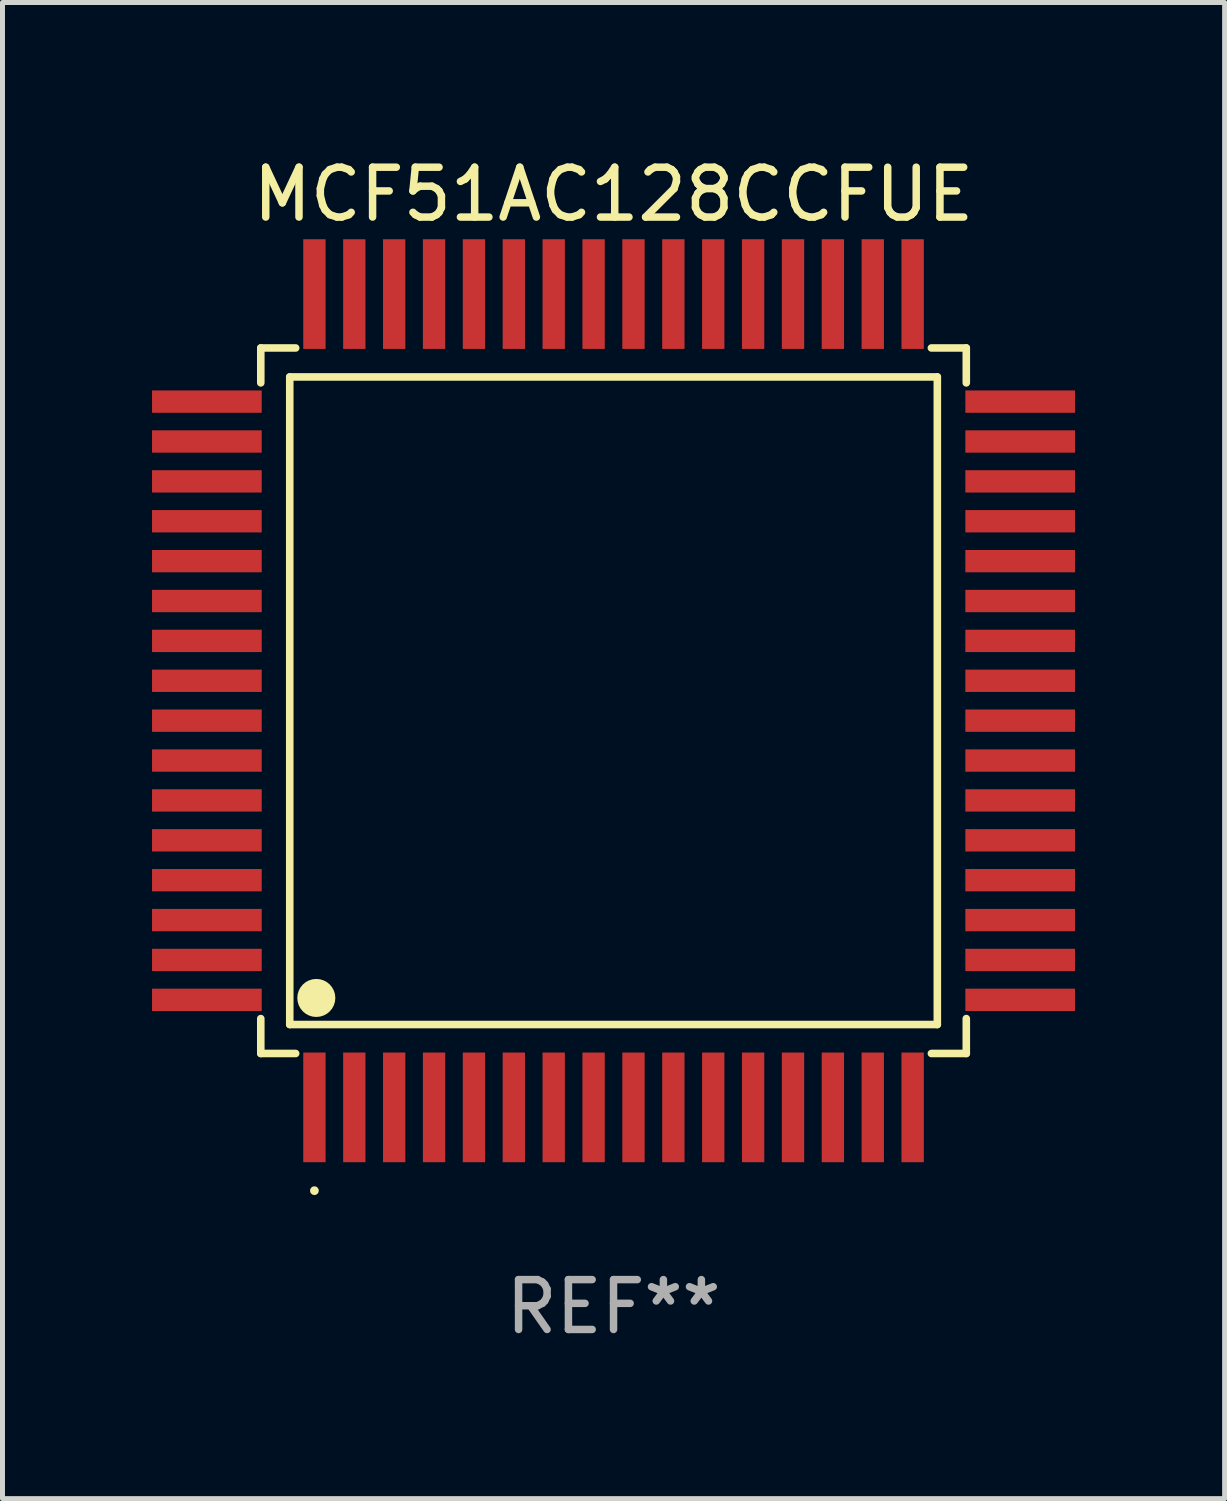
<source format=kicad_pcb>
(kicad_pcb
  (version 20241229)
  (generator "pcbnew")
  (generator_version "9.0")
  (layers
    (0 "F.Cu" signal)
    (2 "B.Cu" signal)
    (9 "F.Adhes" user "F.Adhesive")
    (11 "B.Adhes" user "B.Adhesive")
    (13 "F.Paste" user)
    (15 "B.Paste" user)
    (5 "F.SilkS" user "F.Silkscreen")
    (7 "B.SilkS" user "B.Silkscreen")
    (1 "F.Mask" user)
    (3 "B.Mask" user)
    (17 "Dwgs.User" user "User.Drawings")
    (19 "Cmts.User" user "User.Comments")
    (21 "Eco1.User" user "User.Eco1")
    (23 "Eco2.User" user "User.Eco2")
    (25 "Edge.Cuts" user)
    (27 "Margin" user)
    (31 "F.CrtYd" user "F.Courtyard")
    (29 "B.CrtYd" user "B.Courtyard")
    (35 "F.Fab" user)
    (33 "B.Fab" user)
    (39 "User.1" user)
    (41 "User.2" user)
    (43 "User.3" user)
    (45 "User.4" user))
  (footprint "MCF51AC128CCFUE"
    (layer "F.Cu")
    (at 9.257 11.006)
    (property "Reference" "MCF51AC128CCFUE" (at 0 -10.157 0) (layer "F.SilkS") (effects (font (size 1 1) (thickness 0.15))))
    (attr through_hole)
    (fp_line (start -7.076 -7.076) (end -7.076 -6.376) (stroke (width 0.152) (type solid)) (layer "F.SilkS"))
    (fp_line (start -7.076 7.076) (end -7.076 6.376) (stroke (width 0.152) (type solid)) (layer "F.SilkS"))
    (fp_line (start -6.495 -6.495) (end 6.495 -6.495) (stroke (width 0.152) (type solid)) (layer "F.SilkS"))
    (fp_line (start -6.495 6.495) (end -6.495 -6.495) (stroke (width 0.152) (type solid)) (layer "F.SilkS"))
    (fp_line (start -6.376 -7.076) (end -7.076 -7.076) (stroke (width 0.152) (type solid)) (layer "F.SilkS"))
    (fp_line (start -6.376 7.076) (end -7.076 7.076) (stroke (width 0.152) (type solid)) (layer "F.SilkS"))
    (fp_line (start 6.376 -7.076) (end 7.076 -7.076) (stroke (width 0.152) (type solid)) (layer "F.SilkS"))
    (fp_line (start 6.376 7.076) (end 7.076 7.076) (stroke (width 0.152) (type solid)) (layer "F.SilkS"))
    (fp_line (start 6.495 -6.495) (end 6.495 6.495) (stroke (width 0.152) (type solid)) (layer "F.SilkS"))
    (fp_line (start 6.495 6.495) (end -6.495 6.495) (stroke (width 0.152) (type solid)) (layer "F.SilkS"))
    (fp_line (start 7.076 -7.076) (end 7.076 -6.376) (stroke (width 0.152) (type solid)) (layer "F.SilkS"))
    (fp_line (start 7.076 7.076) (end 7.076 6.376) (stroke (width 0.152) (type solid)) (layer "F.SilkS"))
    (fp_circle (center -6 9.828) (end -5.956 9.828) (stroke (width 0.088) (type solid)) (fill no) (layer "F.SilkS"))
    (fp_circle (center -5.962 5.962) (end -5.771 5.962) (stroke (width 0.381) (type solid)) (fill no) (layer "F.SilkS"))
    (fp_text user "REF**" (at 0 12.157 0) (layer "F.Fab") (effects (font (size 1 1) (thickness 0.15))))
    (pad "1" smd rect (at -6 8.157 90) (size 2.2 0.448) (layers "F.Cu" "F.Mask" "F.Paste"))
    (pad "2" smd rect (at -5.2 8.157 90) (size 2.2 0.448) (layers "F.Cu" "F.Mask" "F.Paste"))
    (pad "3" smd rect (at -4.4 8.157 90) (size 2.2 0.448) (layers "F.Cu" "F.Mask" "F.Paste"))
    (pad "4" smd rect (at -3.6 8.157 90) (size 2.2 0.448) (layers "F.Cu" "F.Mask" "F.Paste"))
    (pad "5" smd rect (at -2.8 8.157 90) (size 2.2 0.448) (layers "F.Cu" "F.Mask" "F.Paste"))
    (pad "6" smd rect (at -2 8.157 90) (size 2.2 0.448) (layers "F.Cu" "F.Mask" "F.Paste"))
    (pad "7" smd rect (at -1.2 8.157 90) (size 2.2 0.448) (layers "F.Cu" "F.Mask" "F.Paste"))
    (pad "8" smd rect (at -0.4 8.157 90) (size 2.2 0.448) (layers "F.Cu" "F.Mask" "F.Paste"))
    (pad "9" smd rect (at 0.4 8.157 90) (size 2.2 0.448) (layers "F.Cu" "F.Mask" "F.Paste"))
    (pad "10" smd rect (at 1.2 8.157 90) (size 2.2 0.448) (layers "F.Cu" "F.Mask" "F.Paste"))
    (pad "11" smd rect (at 2 8.157 90) (size 2.2 0.448) (layers "F.Cu" "F.Mask" "F.Paste"))
    (pad "12" smd rect (at 2.8 8.157 90) (size 2.2 0.448) (layers "F.Cu" "F.Mask" "F.Paste"))
    (pad "13" smd rect (at 3.6 8.157 90) (size 2.2 0.448) (layers "F.Cu" "F.Mask" "F.Paste"))
    (pad "14" smd rect (at 4.4 8.157 90) (size 2.2 0.448) (layers "F.Cu" "F.Mask" "F.Paste"))
    (pad "15" smd rect (at 5.2 8.157 90) (size 2.2 0.448) (layers "F.Cu" "F.Mask" "F.Paste"))
    (pad "16" smd rect (at 6 8.157 90) (size 2.2 0.448) (layers "F.Cu" "F.Mask" "F.Paste"))
    (pad "17" smd rect (at 8.157 6 90) (size 0.448 2.2) (layers "F.Cu" "F.Mask" "F.Paste"))
    (pad "18" smd rect (at 8.157 5.2 90) (size 0.448 2.2) (layers "F.Cu" "F.Mask" "F.Paste"))
    (pad "19" smd rect (at 8.157 4.4 90) (size 0.448 2.2) (layers "F.Cu" "F.Mask" "F.Paste"))
    (pad "20" smd rect (at 8.157 3.6 90) (size 0.448 2.2) (layers "F.Cu" "F.Mask" "F.Paste"))
    (pad "21" smd rect (at 8.157 2.8 90) (size 0.448 2.2) (layers "F.Cu" "F.Mask" "F.Paste"))
    (pad "22" smd rect (at 8.157 2 90) (size 0.448 2.2) (layers "F.Cu" "F.Mask" "F.Paste"))
    (pad "23" smd rect (at 8.157 1.2 90) (size 0.448 2.2) (layers "F.Cu" "F.Mask" "F.Paste"))
    (pad "24" smd rect (at 8.157 0.4 90) (size 0.448 2.2) (layers "F.Cu" "F.Mask" "F.Paste"))
    (pad "25" smd rect (at 8.157 -0.4 90) (size 0.448 2.2) (layers "F.Cu" "F.Mask" "F.Paste"))
    (pad "26" smd rect (at 8.157 -1.2 90) (size 0.448 2.2) (layers "F.Cu" "F.Mask" "F.Paste"))
    (pad "27" smd rect (at 8.157 -2 90) (size 0.448 2.2) (layers "F.Cu" "F.Mask" "F.Paste"))
    (pad "28" smd rect (at 8.157 -2.8 90) (size 0.448 2.2) (layers "F.Cu" "F.Mask" "F.Paste"))
    (pad "29" smd rect (at 8.157 -3.6 90) (size 0.448 2.2) (layers "F.Cu" "F.Mask" "F.Paste"))
    (pad "30" smd rect (at 8.157 -4.4 90) (size 0.448 2.2) (layers "F.Cu" "F.Mask" "F.Paste"))
    (pad "31" smd rect (at 8.157 -5.2 90) (size 0.448 2.2) (layers "F.Cu" "F.Mask" "F.Paste"))
    (pad "32" smd rect (at 8.157 -6 90) (size 0.448 2.2) (layers "F.Cu" "F.Mask" "F.Paste"))
    (pad "33" smd rect (at 6 -8.157 90) (size 2.2 0.448) (layers "F.Cu" "F.Mask" "F.Paste"))
    (pad "34" smd rect (at 5.2 -8.157 90) (size 2.2 0.448) (layers "F.Cu" "F.Mask" "F.Paste"))
    (pad "35" smd rect (at 4.4 -8.157 90) (size 2.2 0.448) (layers "F.Cu" "F.Mask" "F.Paste"))
    (pad "36" smd rect (at 3.6 -8.157 90) (size 2.2 0.448) (layers "F.Cu" "F.Mask" "F.Paste"))
    (pad "37" smd rect (at 2.8 -8.157 90) (size 2.2 0.448) (layers "F.Cu" "F.Mask" "F.Paste"))
    (pad "38" smd rect (at 2 -8.157 90) (size 2.2 0.448) (layers "F.Cu" "F.Mask" "F.Paste"))
    (pad "39" smd rect (at 1.2 -8.157 90) (size 2.2 0.448) (layers "F.Cu" "F.Mask" "F.Paste"))
    (pad "40" smd rect (at 0.4 -8.157 90) (size 2.2 0.448) (layers "F.Cu" "F.Mask" "F.Paste"))
    (pad "41" smd rect (at -0.4 -8.157 90) (size 2.2 0.448) (layers "F.Cu" "F.Mask" "F.Paste"))
    (pad "42" smd rect (at -1.2 -8.157 90) (size 2.2 0.448) (layers "F.Cu" "F.Mask" "F.Paste"))
    (pad "43" smd rect (at -2 -8.157 90) (size 2.2 0.448) (layers "F.Cu" "F.Mask" "F.Paste"))
    (pad "44" smd rect (at -2.8 -8.157 90) (size 2.2 0.448) (layers "F.Cu" "F.Mask" "F.Paste"))
    (pad "45" smd rect (at -3.6 -8.157 90) (size 2.2 0.448) (layers "F.Cu" "F.Mask" "F.Paste"))
    (pad "46" smd rect (at -4.4 -8.157 90) (size 2.2 0.448) (layers "F.Cu" "F.Mask" "F.Paste"))
    (pad "47" smd rect (at -5.2 -8.157 90) (size 2.2 0.448) (layers "F.Cu" "F.Mask" "F.Paste"))
    (pad "48" smd rect (at -6 -8.157 90) (size 2.2 0.448) (layers "F.Cu" "F.Mask" "F.Paste"))
    (pad "49" smd rect (at -8.157 -6 90) (size 0.448 2.2) (layers "F.Cu" "F.Mask" "F.Paste"))
    (pad "50" smd rect (at -8.157 -5.2 90) (size 0.448 2.2) (layers "F.Cu" "F.Mask" "F.Paste"))
    (pad "51" smd rect (at -8.157 -4.4 90) (size 0.448 2.2) (layers "F.Cu" "F.Mask" "F.Paste"))
    (pad "52" smd rect (at -8.157 -3.6 90) (size 0.448 2.2) (layers "F.Cu" "F.Mask" "F.Paste"))
    (pad "53" smd rect (at -8.157 -2.8 90) (size 0.448 2.2) (layers "F.Cu" "F.Mask" "F.Paste"))
    (pad "54" smd rect (at -8.157 -2 90) (size 0.448 2.2) (layers "F.Cu" "F.Mask" "F.Paste"))
    (pad "55" smd rect (at -8.157 -1.2 90) (size 0.448 2.2) (layers "F.Cu" "F.Mask" "F.Paste"))
    (pad "56" smd rect (at -8.157 -0.4 90) (size 0.448 2.2) (layers "F.Cu" "F.Mask" "F.Paste"))
    (pad "57" smd rect (at -8.157 0.4 90) (size 0.448 2.2) (layers "F.Cu" "F.Mask" "F.Paste"))
    (pad "58" smd rect (at -8.157 1.2 90) (size 0.448 2.2) (layers "F.Cu" "F.Mask" "F.Paste"))
    (pad "59" smd rect (at -8.157 2 90) (size 0.448 2.2) (layers "F.Cu" "F.Mask" "F.Paste"))
    (pad "60" smd rect (at -8.157 2.8 90) (size 0.448 2.2) (layers "F.Cu" "F.Mask" "F.Paste"))
    (pad "61" smd rect (at -8.157 3.6 90) (size 0.448 2.2) (layers "F.Cu" "F.Mask" "F.Paste"))
    (pad "62" smd rect (at -8.157 4.4 90) (size 0.448 2.2) (layers "F.Cu" "F.Mask" "F.Paste"))
    (pad "63" smd rect (at -8.157 5.2 90) (size 0.448 2.2) (layers "F.Cu" "F.Mask" "F.Paste"))
    (pad "64" smd rect (at -8.157 6 90) (size 0.448 2.2) (layers "F.Cu" "F.Mask" "F.Paste")))
  (gr_rect
    (start -3 -3)
    (end 21.515 27.011)
    (stroke (width 0.1) (type default))
    (fill no)
    (layer "Edge.Cuts")))
</source>
